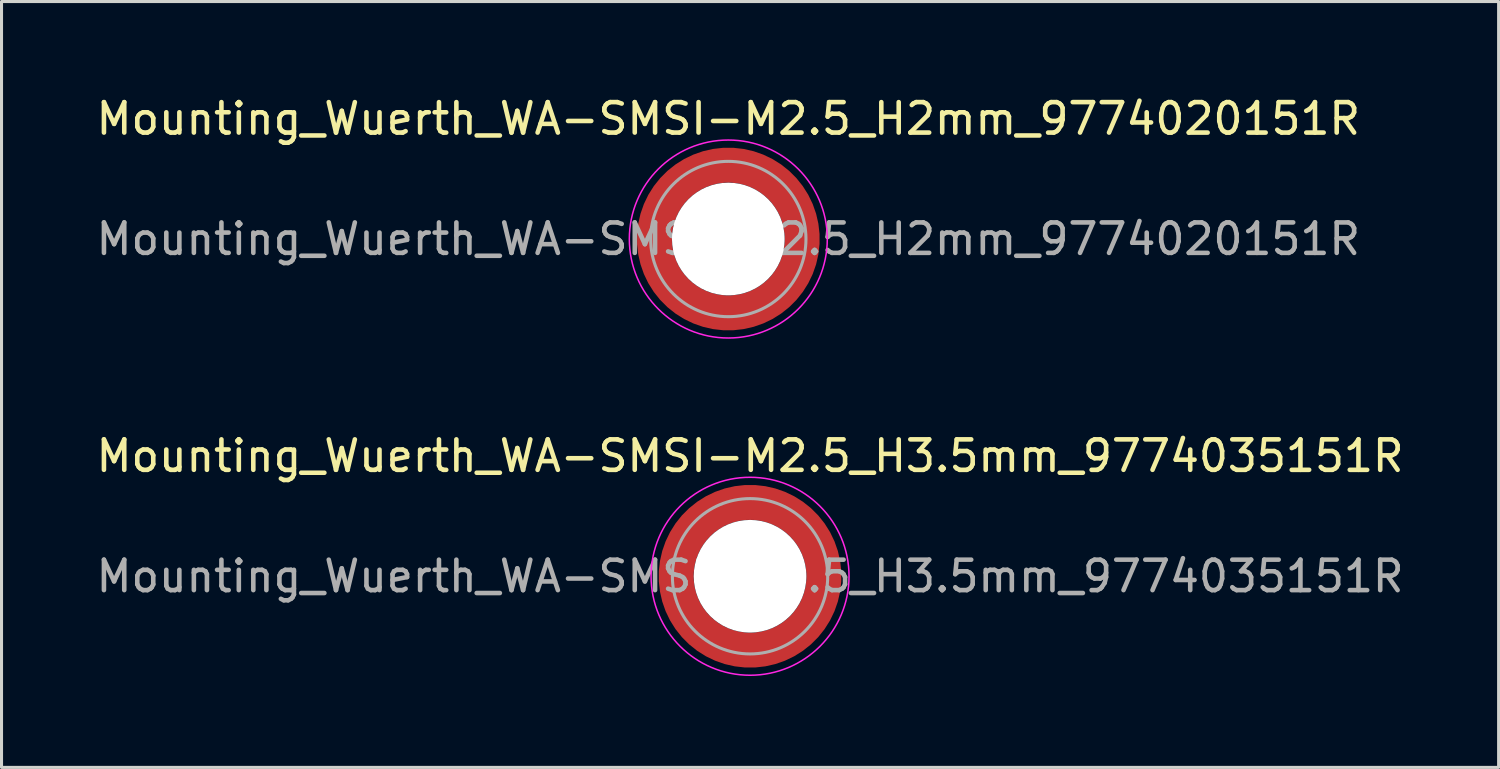
<source format=kicad_pcb>
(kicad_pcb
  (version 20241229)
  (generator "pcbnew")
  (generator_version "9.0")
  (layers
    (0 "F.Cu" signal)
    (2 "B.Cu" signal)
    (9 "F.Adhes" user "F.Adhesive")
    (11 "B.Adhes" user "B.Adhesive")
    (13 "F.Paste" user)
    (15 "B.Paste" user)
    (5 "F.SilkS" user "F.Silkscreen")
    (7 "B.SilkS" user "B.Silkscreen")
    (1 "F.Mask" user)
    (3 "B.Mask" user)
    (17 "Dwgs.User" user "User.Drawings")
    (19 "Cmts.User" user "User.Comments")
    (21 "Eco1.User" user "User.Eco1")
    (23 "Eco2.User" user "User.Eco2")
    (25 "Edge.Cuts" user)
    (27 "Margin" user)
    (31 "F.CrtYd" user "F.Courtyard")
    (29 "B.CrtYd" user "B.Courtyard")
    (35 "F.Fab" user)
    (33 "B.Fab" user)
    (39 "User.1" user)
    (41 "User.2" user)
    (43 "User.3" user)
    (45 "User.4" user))
  (footprint "Mounting_Wuerth_WA-SMSI-M2.5_H3.5mm_9774035151R"
    (layer "F.Cu")
    (at 21.577 15.871)
    (property "Reference" "Mounting_Wuerth_WA-SMSI-M2.5_H3.5mm_9774035151R" (at 0 -3.95 0) (layer "F.SilkS") (effects (font (size 1 1) (thickness 0.15))))
    (attr smd allow_soldermask_bridges)
    (fp_circle (center 0 0) (end 3.25 0) (stroke (width 0.05) (type solid)) (fill no) (layer "F.CrtYd"))
    (fp_circle (center 0 0) (end 2.55 0) (stroke (width 0.1) (type solid)) (fill no) (layer "F.Fab"))
    (fp_text user "${REFERENCE}" (at 0 0 0) (layer "F.Fab") (effects (font (size 1 1) (thickness 0.15))))
    (pad "" smd custom (at -1.704 -1.704) (size 0.51 0.51) (layers "F.Paste") (options (anchor circle)) (primitives (gr_arc (start -0.250195 1.279127) (mid 0.289914 0.289914) (end 1.279127 -0.250195) (width 0.2)) (gr_arc (start -0.34334 1.279127) (mid 0.225488 0.225488) (end 1.279127 -0.34334) (width 0.2)) (gr_arc (start -0.436309 1.279127) (mid 0.161063 0.161063) (end 1.279127 -0.436309) (width 0.2)) (gr_arc (start -0.529126 1.279127) (mid 0.096638 0.096638) (end 1.279127 -0.529126) (width 0.2)) (gr_arc (start -0.621807 1.279127) (mid 0.032213 0.032213) (end 1.279127 -0.621807) (width 0.2)) (gr_arc (start -0.71437 1.279127) (mid -0.032213 -0.032213) (end 1.279127 -0.71437) (width 0.2)) (gr_arc (start -0.806826 1.279127) (mid -0.096638 -0.096638) (end 1.279127 -0.806826) (width 0.2)) (gr_arc (start -0.899187 1.279127) (mid -0.161063 -0.161063) (end 1.279127 -0.899187) (width 0.2)) (gr_arc (start -0.991463 1.279127) (mid -0.225488 -0.225488) (end 1.279127 -0.991463) (width 0.2)) (gr_arc (start -1.083663 1.279127) (mid -0.289914 -0.289914) (end 1.279127 -1.083663) (width 0.2)) (gr_line (start 1.279 -0.25) (end 1.279 -1.084) (width 0.2)) (gr_line (start -0.25 1.279) (end -1.084 1.279) (width 0.2))))
    (pad "" smd custom (at -1.704 1.704) (size 0.51 0.51) (layers "F.Paste") (options (anchor circle)) (primitives (gr_arc (start 1.279127 0.250195) (mid 0.289914 -0.289914) (end -0.250195 -1.279127) (width 0.2)) (gr_arc (start 1.279127 0.34334) (mid 0.225488 -0.225488) (end -0.34334 -1.279127) (width 0.2)) (gr_arc (start 1.279127 0.436309) (mid 0.161063 -0.161063) (end -0.436309 -1.279127) (width 0.2)) (gr_arc (start 1.279127 0.529126) (mid 0.096638 -0.096638) (end -0.529126 -1.279127) (width 0.2)) (gr_arc (start 1.279127 0.621807) (mid 0.032213 -0.032213) (end -0.621807 -1.279127) (width 0.2)) (gr_arc (start 1.279127 0.71437) (mid -0.032213 0.032213) (end -0.71437 -1.279127) (width 0.2)) (gr_arc (start 1.279127 0.806826) (mid -0.096638 0.096638) (end -0.806826 -1.279127) (width 0.2)) (gr_arc (start 1.279127 0.899187) (mid -0.161063 0.161063) (end -0.899187 -1.279127) (width 0.2)) (gr_arc (start 1.279127 0.991463) (mid -0.225488 0.225488) (end -0.991463 -1.279127) (width 0.2)) (gr_arc (start 1.279127 1.083663) (mid -0.289914 0.289914) (end -1.083663 -1.279127) (width 0.2)) (gr_line (start -0.25 -1.279) (end -1.084 -1.279) (width 0.2)) (gr_line (start 1.279 0.25) (end 1.279 1.084) (width 0.2))))
    (pad "" np_thru_hole circle (at 0 0) (size 3.7 3.7) (drill 3.7) (layers "*.Cu" "*.Mask"))
    (pad "" smd custom (at 1.704 -1.704) (size 0.51 0.51) (layers "F.Paste") (options (anchor circle)) (primitives (gr_arc (start -1.279127 -0.250195) (mid -0.289914 0.289914) (end 0.250195 1.279127) (width 0.2)) (gr_arc (start -1.279127 -0.34334) (mid -0.225488 0.225488) (end 0.34334 1.279127) (width 0.2)) (gr_arc (start -1.279127 -0.436309) (mid -0.161063 0.161063) (end 0.436309 1.279127) (width 0.2)) (gr_arc (start -1.279127 -0.529126) (mid -0.096638 0.096638) (end 0.529126 1.279127) (width 0.2)) (gr_arc (start -1.279127 -0.621807) (mid -0.032213 0.032213) (end 0.621807 1.279127) (width 0.2)) (gr_arc (start -1.279127 -0.71437) (mid 0.032213 -0.032213) (end 0.71437 1.279127) (width 0.2)) (gr_arc (start -1.279127 -0.806826) (mid 0.096638 -0.096638) (end 0.806826 1.279127) (width 0.2)) (gr_arc (start -1.279127 -0.899187) (mid 0.161063 -0.161063) (end 0.899187 1.279127) (width 0.2)) (gr_arc (start -1.279127 -0.991463) (mid 0.225488 -0.225488) (end 0.991463 1.279127) (width 0.2)) (gr_arc (start -1.279127 -1.083663) (mid 0.289914 -0.289914) (end 1.083663 1.279127) (width 0.2)) (gr_line (start 0.25 1.279) (end 1.084 1.279) (width 0.2)) (gr_line (start -1.279 -0.25) (end -1.279 -1.084) (width 0.2))))
    (pad "" smd custom (at 1.704 1.704) (size 0.51 0.51) (layers "F.Paste") (options (anchor circle)) (primitives (gr_arc (start 0.250195 -1.279127) (mid -0.289914 -0.289914) (end -1.279127 0.250195) (width 0.2)) (gr_arc (start 0.34334 -1.279127) (mid -0.225488 -0.225488) (end -1.279127 0.34334) (width 0.2)) (gr_arc (start 0.436309 -1.279127) (mid -0.161063 -0.161063) (end -1.279127 0.436309) (width 0.2)) (gr_arc (start 0.529126 -1.279127) (mid -0.096638 -0.096638) (end -1.279127 0.529126) (width 0.2)) (gr_arc (start 0.621807 -1.279127) (mid -0.032213 -0.032213) (end -1.279127 0.621807) (width 0.2)) (gr_arc (start 0.71437 -1.279127) (mid 0.032213 0.032213) (end -1.279127 0.71437) (width 0.2)) (gr_arc (start 0.806826 -1.279127) (mid 0.096638 0.096638) (end -1.279127 0.806826) (width 0.2)) (gr_arc (start 0.899187 -1.279127) (mid 0.161063 0.161063) (end -1.279127 0.899187) (width 0.2)) (gr_arc (start 0.991463 -1.279127) (mid 0.225488 0.225488) (end -1.279127 0.991463) (width 0.2)) (gr_arc (start 1.083663 -1.279127) (mid 0.289914 0.289914) (end -1.279127 1.083663) (width 0.2)) (gr_line (start -1.279 0.25) (end -1.279 1.084) (width 0.2)) (gr_line (start 0.25 -1.279) (end 1.084 -1.279) (width 0.2))))
    (pad "1" smd circle (at -2.425 0) (size 0.642 0.642) (layers "F.Cu"))
    (pad "1" smd circle (at 0 -2.425) (size 0.642 0.642) (layers "F.Cu"))
    (pad "1" smd circle (at 0 2.425) (size 0.642 0.642) (layers "F.Cu"))
    (pad "1" smd custom (at 2.425 0) (size 1.15 1.15) (layers "F.Cu" "F.Mask") (options (anchor circle)) (primitives (gr_circle (center -2.425 0) (end 0 0) (width 1.15) (fill no)))))
  (footprint "Mounting_Wuerth_WA-SMSI-M2.5_H2mm_9774020151R"
    (layer "F.Cu")
    (at 20.863 4.798)
    (property "Reference" "Mounting_Wuerth_WA-SMSI-M2.5_H2mm_9774020151R" (at 0 -3.95 0) (layer "F.SilkS") (effects (font (size 1 1) (thickness 0.15))))
    (attr smd allow_soldermask_bridges)
    (fp_circle (center 0 0) (end 3.25 0) (stroke (width 0.05) (type solid)) (fill no) (layer "F.CrtYd"))
    (fp_circle (center 0 0) (end 2.55 0) (stroke (width 0.1) (type solid)) (fill no) (layer "F.Fab"))
    (fp_text user "${REFERENCE}" (at 0 0 0) (layer "F.Fab") (effects (font (size 1 1) (thickness 0.15))))
    (pad "" smd custom (at -1.704 -1.704) (size 0.51 0.51) (layers "F.Paste") (options (anchor circle)) (primitives (gr_arc (start -0.250195 1.279127) (mid 0.289914 0.289914) (end 1.279127 -0.250195) (width 0.2)) (gr_arc (start -0.34334 1.279127) (mid 0.225488 0.225488) (end 1.279127 -0.34334) (width 0.2)) (gr_arc (start -0.436309 1.279127) (mid 0.161063 0.161063) (end 1.279127 -0.436309) (width 0.2)) (gr_arc (start -0.529126 1.279127) (mid 0.096638 0.096638) (end 1.279127 -0.529126) (width 0.2)) (gr_arc (start -0.621807 1.279127) (mid 0.032213 0.032213) (end 1.279127 -0.621807) (width 0.2)) (gr_arc (start -0.71437 1.279127) (mid -0.032213 -0.032213) (end 1.279127 -0.71437) (width 0.2)) (gr_arc (start -0.806826 1.279127) (mid -0.096638 -0.096638) (end 1.279127 -0.806826) (width 0.2)) (gr_arc (start -0.899187 1.279127) (mid -0.161063 -0.161063) (end 1.279127 -0.899187) (width 0.2)) (gr_arc (start -0.991463 1.279127) (mid -0.225488 -0.225488) (end 1.279127 -0.991463) (width 0.2)) (gr_arc (start -1.083663 1.279127) (mid -0.289914 -0.289914) (end 1.279127 -1.083663) (width 0.2)) (gr_line (start 1.279 -0.25) (end 1.279 -1.084) (width 0.2)) (gr_line (start -0.25 1.279) (end -1.084 1.279) (width 0.2))))
    (pad "" smd custom (at -1.704 1.704) (size 0.51 0.51) (layers "F.Paste") (options (anchor circle)) (primitives (gr_arc (start 1.279127 0.250195) (mid 0.289914 -0.289914) (end -0.250195 -1.279127) (width 0.2)) (gr_arc (start 1.279127 0.34334) (mid 0.225488 -0.225488) (end -0.34334 -1.279127) (width 0.2)) (gr_arc (start 1.279127 0.436309) (mid 0.161063 -0.161063) (end -0.436309 -1.279127) (width 0.2)) (gr_arc (start 1.279127 0.529126) (mid 0.096638 -0.096638) (end -0.529126 -1.279127) (width 0.2)) (gr_arc (start 1.279127 0.621807) (mid 0.032213 -0.032213) (end -0.621807 -1.279127) (width 0.2)) (gr_arc (start 1.279127 0.71437) (mid -0.032213 0.032213) (end -0.71437 -1.279127) (width 0.2)) (gr_arc (start 1.279127 0.806826) (mid -0.096638 0.096638) (end -0.806826 -1.279127) (width 0.2)) (gr_arc (start 1.279127 0.899187) (mid -0.161063 0.161063) (end -0.899187 -1.279127) (width 0.2)) (gr_arc (start 1.279127 0.991463) (mid -0.225488 0.225488) (end -0.991463 -1.279127) (width 0.2)) (gr_arc (start 1.279127 1.083663) (mid -0.289914 0.289914) (end -1.083663 -1.279127) (width 0.2)) (gr_line (start -0.25 -1.279) (end -1.084 -1.279) (width 0.2)) (gr_line (start 1.279 0.25) (end 1.279 1.084) (width 0.2))))
    (pad "" np_thru_hole circle (at 0 0) (size 3.7 3.7) (drill 3.7) (layers "*.Cu" "*.Mask"))
    (pad "" smd custom (at 1.704 -1.704) (size 0.51 0.51) (layers "F.Paste") (options (anchor circle)) (primitives (gr_arc (start -1.279127 -0.250195) (mid -0.289914 0.289914) (end 0.250195 1.279127) (width 0.2)) (gr_arc (start -1.279127 -0.34334) (mid -0.225488 0.225488) (end 0.34334 1.279127) (width 0.2)) (gr_arc (start -1.279127 -0.436309) (mid -0.161063 0.161063) (end 0.436309 1.279127) (width 0.2)) (gr_arc (start -1.279127 -0.529126) (mid -0.096638 0.096638) (end 0.529126 1.279127) (width 0.2)) (gr_arc (start -1.279127 -0.621807) (mid -0.032213 0.032213) (end 0.621807 1.279127) (width 0.2)) (gr_arc (start -1.279127 -0.71437) (mid 0.032213 -0.032213) (end 0.71437 1.279127) (width 0.2)) (gr_arc (start -1.279127 -0.806826) (mid 0.096638 -0.096638) (end 0.806826 1.279127) (width 0.2)) (gr_arc (start -1.279127 -0.899187) (mid 0.161063 -0.161063) (end 0.899187 1.279127) (width 0.2)) (gr_arc (start -1.279127 -0.991463) (mid 0.225488 -0.225488) (end 0.991463 1.279127) (width 0.2)) (gr_arc (start -1.279127 -1.083663) (mid 0.289914 -0.289914) (end 1.083663 1.279127) (width 0.2)) (gr_line (start 0.25 1.279) (end 1.084 1.279) (width 0.2)) (gr_line (start -1.279 -0.25) (end -1.279 -1.084) (width 0.2))))
    (pad "" smd custom (at 1.704 1.704) (size 0.51 0.51) (layers "F.Paste") (options (anchor circle)) (primitives (gr_arc (start 0.250195 -1.279127) (mid -0.289914 -0.289914) (end -1.279127 0.250195) (width 0.2)) (gr_arc (start 0.34334 -1.279127) (mid -0.225488 -0.225488) (end -1.279127 0.34334) (width 0.2)) (gr_arc (start 0.436309 -1.279127) (mid -0.161063 -0.161063) (end -1.279127 0.436309) (width 0.2)) (gr_arc (start 0.529126 -1.279127) (mid -0.096638 -0.096638) (end -1.279127 0.529126) (width 0.2)) (gr_arc (start 0.621807 -1.279127) (mid -0.032213 -0.032213) (end -1.279127 0.621807) (width 0.2)) (gr_arc (start 0.71437 -1.279127) (mid 0.032213 0.032213) (end -1.279127 0.71437) (width 0.2)) (gr_arc (start 0.806826 -1.279127) (mid 0.096638 0.096638) (end -1.279127 0.806826) (width 0.2)) (gr_arc (start 0.899187 -1.279127) (mid 0.161063 0.161063) (end -1.279127 0.899187) (width 0.2)) (gr_arc (start 0.991463 -1.279127) (mid 0.225488 0.225488) (end -1.279127 0.991463) (width 0.2)) (gr_arc (start 1.083663 -1.279127) (mid 0.289914 0.289914) (end -1.279127 1.083663) (width 0.2)) (gr_line (start -1.279 0.25) (end -1.279 1.084) (width 0.2)) (gr_line (start 0.25 -1.279) (end 1.084 -1.279) (width 0.2))))
    (pad "1" smd circle (at -2.425 0) (size 0.642 0.642) (layers "F.Cu"))
    (pad "1" smd circle (at 0 -2.425) (size 0.642 0.642) (layers "F.Cu"))
    (pad "1" smd circle (at 0 2.425) (size 0.642 0.642) (layers "F.Cu"))
    (pad "1" smd custom (at 2.425 0) (size 1.15 1.15) (layers "F.Cu" "F.Mask") (options (anchor circle)) (primitives (gr_circle (center -2.425 0) (end 0 0) (width 1.15) (fill no)))))
  (gr_rect
    (start -3 -3)
    (end 46.155 22.146)
    (stroke (width 0.1) (type default))
    (fill no)
    (layer "Edge.Cuts")))
</source>
